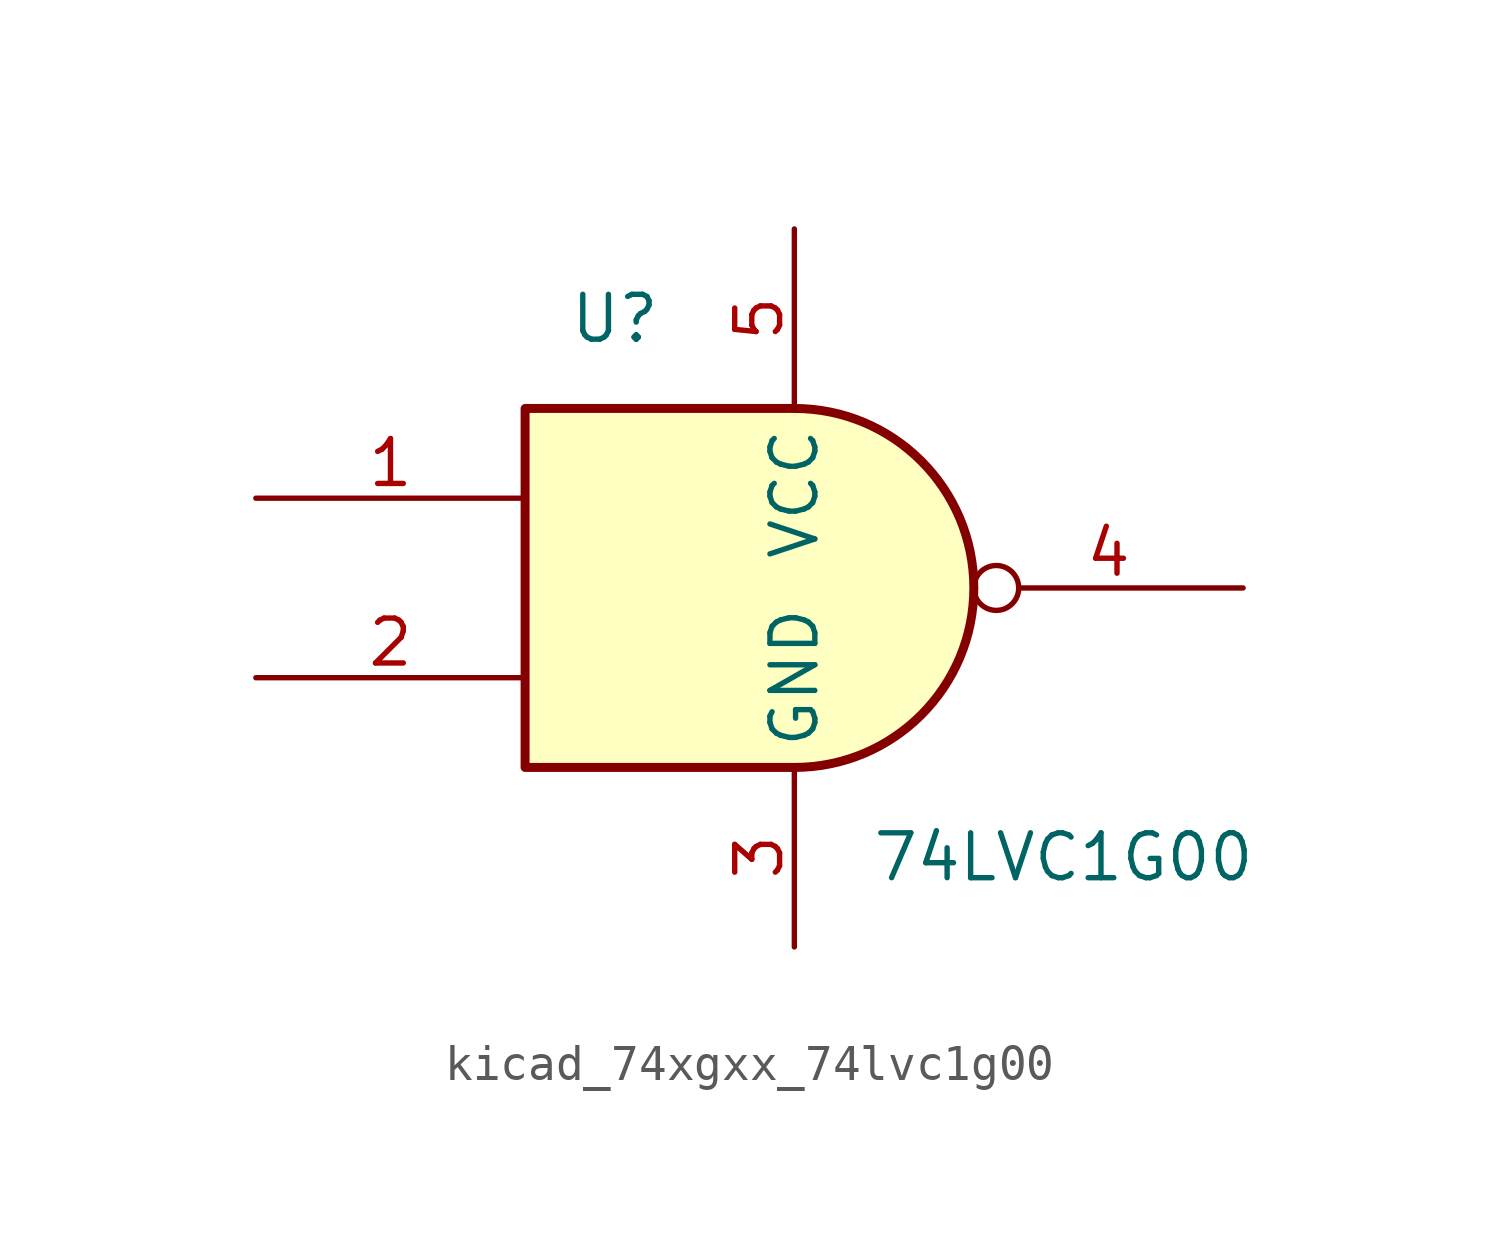
<source format=kicad_sym>
(kicad_symbol_lib
  (version 20220914)
  (generator kicad_symbol_editor)
  (symbol "kicad_74xgxx_74lvc1g00"
    (property "Reference" "U"
      (at -5.08 7.62 0)
      (effects (font (size 1.27 1.27))))
    (property "Value" "74LVC1G00"
      (at 7.62 -7.62 0)
      (effects (font (size 1.27 1.27))))
    (symbol "kicad_74xgxx_74lvc1g00_0_1"
      (arc (start 0 -5.08) (mid 5.0579 0) (end 0 5.08) (stroke (width 0.254) (type default)) (fill (type background)))
      (polyline (pts (xy 0 -5.08) (xy -7.62 -5.08) (xy -7.62 5.08) (xy 0 5.08)) (stroke (width 0.254) (type default)) (fill (type background))))
    (symbol "kicad_74xgxx_74lvc1g00_1_1"
      (pin input line (at -15.24 2.54 0) (length 7.62) (name "~" (effects (font (size 1.27 1.27)))) (number "1" (effects (font (size 1.27 1.27)))))
      (pin input line (at -15.24 -2.54 0) (length 7.62) (name "~" (effects (font (size 1.27 1.27)))) (number "2" (effects (font (size 1.27 1.27)))))
      (pin power_in line (at 0 -10.16 90) (length 5.08) (name "GND" (effects (font (size 1.27 1.27)))) (number "3" (effects (font (size 1.27 1.27)))))
      (pin output inverted (at 12.7 0 180) (length 7.62) (name "~" (effects (font (size 1.27 1.27)))) (number "4" (effects (font (size 1.27 1.27)))))
      (pin power_in line (at 0 10.16 270) (length 5.08) (name "VCC" (effects (font (size 1.27 1.27)))) (number "5" (effects (font (size 1.27 1.27))))))))
</source>
